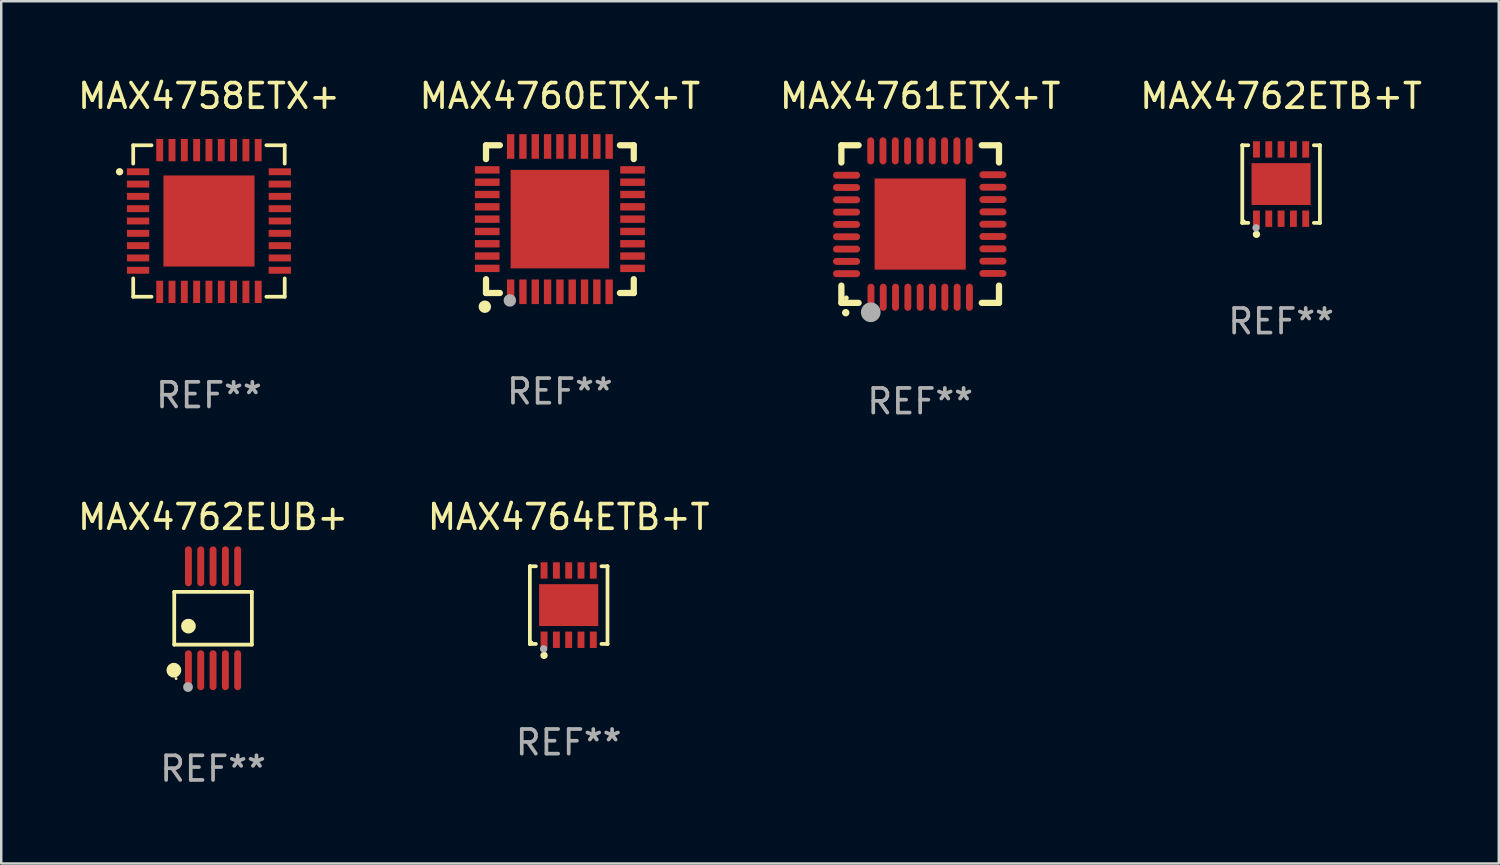
<source format=kicad_pcb>
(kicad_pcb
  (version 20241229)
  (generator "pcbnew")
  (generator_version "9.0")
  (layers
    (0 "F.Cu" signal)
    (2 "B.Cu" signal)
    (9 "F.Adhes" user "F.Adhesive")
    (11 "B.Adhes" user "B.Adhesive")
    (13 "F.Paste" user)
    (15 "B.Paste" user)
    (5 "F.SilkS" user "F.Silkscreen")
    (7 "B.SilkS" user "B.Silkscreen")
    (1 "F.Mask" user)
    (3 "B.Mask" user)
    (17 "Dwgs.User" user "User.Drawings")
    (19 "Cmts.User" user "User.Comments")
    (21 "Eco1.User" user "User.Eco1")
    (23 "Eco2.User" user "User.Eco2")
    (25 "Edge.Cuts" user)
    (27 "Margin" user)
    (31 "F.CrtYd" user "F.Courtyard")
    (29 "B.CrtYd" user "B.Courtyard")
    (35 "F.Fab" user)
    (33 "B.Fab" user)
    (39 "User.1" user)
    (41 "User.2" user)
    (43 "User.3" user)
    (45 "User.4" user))
  (footprint "MAX4762ETB+T"
    (layer "F.Cu")
    (at 48.97 4.424)
    (property "Reference" "MAX4762ETB+T" (at 0 -3.576 0) (layer "F.SilkS") (effects (font (size 1 1) (thickness 0.15))))
    (attr through_hole)
    (fp_line (start -1.576 -1.576) (end -1.576 -1.576) (stroke (width 0.152) (type solid)) (layer "F.SilkS"))
    (fp_line (start -1.576 -1.576) (end -1.331 -1.576) (stroke (width 0.152) (type solid)) (layer "F.SilkS"))
    (fp_line (start -1.576 1.576) (end -1.576 -1.576) (stroke (width 0.152) (type solid)) (layer "F.SilkS"))
    (fp_line (start -1.576 1.576) (end -1.576 1.576) (stroke (width 0.152) (type solid)) (layer "F.SilkS"))
    (fp_line (start -1.331 1.576) (end -1.576 1.576) (stroke (width 0.152) (type solid)) (layer "F.SilkS"))
    (fp_line (start 1.331 1.576) (end 1.576 1.576) (stroke (width 0.152) (type solid)) (layer "F.SilkS"))
    (fp_line (start 1.576 -1.576) (end 1.331 -1.576) (stroke (width 0.152) (type solid)) (layer "F.SilkS"))
    (fp_line (start 1.576 -1.576) (end 1.576 -1.576) (stroke (width 0.152) (type solid)) (layer "F.SilkS"))
    (fp_line (start 1.576 1.576) (end 1.576 -1.576) (stroke (width 0.152) (type solid)) (layer "F.SilkS"))
    (fp_line (start 1.576 1.576) (end 1.576 1.576) (stroke (width 0.152) (type solid)) (layer "F.SilkS"))
    (fp_circle (center -1.5 1.5) (end -1.47 1.5) (stroke (width 0.06) (type solid)) (fill no) (layer "F.SilkS"))
    (fp_circle (center -1 2.04) (end -0.925 2.04) (stroke (width 0.15) (type solid)) (fill no) (layer "F.SilkS"))
    (fp_circle (center -1.016 1.778) (end -0.941 1.778) (stroke (width 0.15) (type solid)) (fill no) (layer "F.Fab"))
    (fp_text user "REF**" (at 0 5.576 0) (layer "F.Fab") (effects (font (size 1 1) (thickness 0.15))))
    (pad "1" smd rect (at -1 1.407) (size 0.28 0.665) (layers "F.Cu" "F.Mask" "F.Paste"))
    (pad "2" smd rect (at -0.5 1.407) (size 0.28 0.665) (layers "F.Cu" "F.Mask" "F.Paste"))
    (pad "3" smd rect (at 0 1.407) (size 0.28 0.665) (layers "F.Cu" "F.Mask" "F.Paste"))
    (pad "4" smd rect (at 0.5 1.407) (size 0.28 0.665) (layers "F.Cu" "F.Mask" "F.Paste"))
    (pad "5" smd rect (at 1 1.407) (size 0.28 0.665) (layers "F.Cu" "F.Mask" "F.Paste"))
    (pad "6" smd rect (at 1 -1.407) (size 0.28 0.665) (layers "F.Cu" "F.Mask" "F.Paste"))
    (pad "7" smd rect (at 0.5 -1.407) (size 0.28 0.665) (layers "F.Cu" "F.Mask" "F.Paste"))
    (pad "8" smd rect (at 0 -1.407) (size 0.28 0.665) (layers "F.Cu" "F.Mask" "F.Paste"))
    (pad "9" smd rect (at -0.5 -1.407) (size 0.28 0.665) (layers "F.Cu" "F.Mask" "F.Paste"))
    (pad "10" smd rect (at -1 -1.407) (size 0.28 0.665) (layers "F.Cu" "F.Mask" "F.Paste"))
    (pad "11" smd rect (at 0 0) (size 2.4 1.7) (layers "F.Cu" "F.Mask" "F.Paste")))
  (footprint "MAX4764ETB+T"
    (layer "F.Cu")
    (at 20.042 21.521)
    (property "Reference" "MAX4764ETB+T" (at 0 -3.576 0) (layer "F.SilkS") (effects (font (size 1 1) (thickness 0.15))))
    (attr through_hole)
    (fp_line (start -1.576 -1.576) (end -1.576 -1.576) (stroke (width 0.152) (type solid)) (layer "F.SilkS"))
    (fp_line (start -1.576 -1.576) (end -1.331 -1.576) (stroke (width 0.152) (type solid)) (layer "F.SilkS"))
    (fp_line (start -1.576 1.576) (end -1.576 -1.576) (stroke (width 0.152) (type solid)) (layer "F.SilkS"))
    (fp_line (start -1.576 1.576) (end -1.576 1.576) (stroke (width 0.152) (type solid)) (layer "F.SilkS"))
    (fp_line (start -1.331 1.576) (end -1.576 1.576) (stroke (width 0.152) (type solid)) (layer "F.SilkS"))
    (fp_line (start 1.331 1.576) (end 1.576 1.576) (stroke (width 0.152) (type solid)) (layer "F.SilkS"))
    (fp_line (start 1.576 -1.576) (end 1.331 -1.576) (stroke (width 0.152) (type solid)) (layer "F.SilkS"))
    (fp_line (start 1.576 -1.576) (end 1.576 -1.576) (stroke (width 0.152) (type solid)) (layer "F.SilkS"))
    (fp_line (start 1.576 1.576) (end 1.576 -1.576) (stroke (width 0.152) (type solid)) (layer "F.SilkS"))
    (fp_line (start 1.576 1.576) (end 1.576 1.576) (stroke (width 0.152) (type solid)) (layer "F.SilkS"))
    (fp_circle (center -1.5 1.5) (end -1.47 1.5) (stroke (width 0.06) (type solid)) (fill no) (layer "F.SilkS"))
    (fp_circle (center -1 2.04) (end -0.925 2.04) (stroke (width 0.15) (type solid)) (fill no) (layer "F.SilkS"))
    (fp_circle (center -1.016 1.778) (end -0.941 1.778) (stroke (width 0.15) (type solid)) (fill no) (layer "F.Fab"))
    (fp_text user "REF**" (at 0 5.576 0) (layer "F.Fab") (effects (font (size 1 1) (thickness 0.15))))
    (pad "1" smd rect (at -1 1.407) (size 0.28 0.665) (layers "F.Cu" "F.Mask" "F.Paste"))
    (pad "2" smd rect (at -0.5 1.407) (size 0.28 0.665) (layers "F.Cu" "F.Mask" "F.Paste"))
    (pad "3" smd rect (at 0 1.407) (size 0.28 0.665) (layers "F.Cu" "F.Mask" "F.Paste"))
    (pad "4" smd rect (at 0.5 1.407) (size 0.28 0.665) (layers "F.Cu" "F.Mask" "F.Paste"))
    (pad "5" smd rect (at 1 1.407) (size 0.28 0.665) (layers "F.Cu" "F.Mask" "F.Paste"))
    (pad "6" smd rect (at 1 -1.407) (size 0.28 0.665) (layers "F.Cu" "F.Mask" "F.Paste"))
    (pad "7" smd rect (at 0.5 -1.407) (size 0.28 0.665) (layers "F.Cu" "F.Mask" "F.Paste"))
    (pad "8" smd rect (at 0 -1.407) (size 0.28 0.665) (layers "F.Cu" "F.Mask" "F.Paste"))
    (pad "9" smd rect (at -0.5 -1.407) (size 0.28 0.665) (layers "F.Cu" "F.Mask" "F.Paste"))
    (pad "10" smd rect (at -1 -1.407) (size 0.28 0.665) (layers "F.Cu" "F.Mask" "F.Paste"))
    (pad "11" smd rect (at 0 0) (size 2.4 1.7) (layers "F.Cu" "F.Mask" "F.Paste")))
  (footprint "MAX4758ETX+"
    (layer "F.Cu")
    (at 5.435 5.924)
    (property "Reference" "MAX4758ETX+" (at 0 -5.076 0) (layer "F.SilkS") (effects (font (size 1 1) (thickness 0.15))))
    (attr through_hole)
    (fp_line (start -3.076 -3.076) (end -3.076 -2.331) (stroke (width 0.152) (type solid)) (layer "F.SilkS"))
    (fp_line (start -3.076 3.076) (end -3.076 2.331) (stroke (width 0.152) (type solid)) (layer "F.SilkS"))
    (fp_line (start -2.331 -3.076) (end -3.076 -3.076) (stroke (width 0.152) (type solid)) (layer "F.SilkS"))
    (fp_line (start -2.331 3.076) (end -3.076 3.076) (stroke (width 0.152) (type solid)) (layer "F.SilkS"))
    (fp_line (start 2.331 -3.076) (end 3.076 -3.076) (stroke (width 0.152) (type solid)) (layer "F.SilkS"))
    (fp_line (start 2.331 3.076) (end 3.076 3.076) (stroke (width 0.152) (type solid)) (layer "F.SilkS"))
    (fp_line (start 3.076 -3.076) (end 3.076 -2.331) (stroke (width 0.152) (type solid)) (layer "F.SilkS"))
    (fp_line (start 3.076 3.076) (end 3.076 2.331) (stroke (width 0.152) (type solid)) (layer "F.SilkS"))
    (fp_circle (center -3.63 -2) (end -3.555 -2) (stroke (width 0.15) (type solid)) (fill no) (layer "F.SilkS"))
    (fp_text user "REF**" (at 0 7.076 0) (layer "F.Fab") (effects (font (size 1 1) (thickness 0.15))))
    (pad "1" smd rect (at -2.878 -2) (size 0.905 0.28) (layers "F.Cu" "F.Mask" "F.Paste"))
    (pad "2" smd rect (at -2.878 -1.5) (size 0.905 0.28) (layers "F.Cu" "F.Mask" "F.Paste"))
    (pad "3" smd rect (at -2.878 -1) (size 0.905 0.28) (layers "F.Cu" "F.Mask" "F.Paste"))
    (pad "4" smd rect (at -2.878 -0.5) (size 0.905 0.28) (layers "F.Cu" "F.Mask" "F.Paste"))
    (pad "5" smd rect (at -2.878 0) (size 0.905 0.28) (layers "F.Cu" "F.Mask" "F.Paste"))
    (pad "6" smd rect (at -2.878 0.5) (size 0.905 0.28) (layers "F.Cu" "F.Mask" "F.Paste"))
    (pad "7" smd rect (at -2.878 1) (size 0.905 0.28) (layers "F.Cu" "F.Mask" "F.Paste"))
    (pad "8" smd rect (at -2.878 1.5) (size 0.905 0.28) (layers "F.Cu" "F.Mask" "F.Paste"))
    (pad "9" smd rect (at -2.878 2) (size 0.905 0.28) (layers "F.Cu" "F.Mask" "F.Paste"))
    (pad "10" smd rect (at -2 2.878) (size 0.28 0.905) (layers "F.Cu" "F.Mask" "F.Paste"))
    (pad "11" smd rect (at -1.5 2.878) (size 0.28 0.905) (layers "F.Cu" "F.Mask" "F.Paste"))
    (pad "12" smd rect (at -1 2.878) (size 0.28 0.905) (layers "F.Cu" "F.Mask" "F.Paste"))
    (pad "13" smd rect (at -0.5 2.878) (size 0.28 0.905) (layers "F.Cu" "F.Mask" "F.Paste"))
    (pad "14" smd rect (at 0 2.878) (size 0.28 0.905) (layers "F.Cu" "F.Mask" "F.Paste"))
    (pad "15" smd rect (at 0.5 2.878) (size 0.28 0.905) (layers "F.Cu" "F.Mask" "F.Paste"))
    (pad "16" smd rect (at 1 2.878) (size 0.28 0.905) (layers "F.Cu" "F.Mask" "F.Paste"))
    (pad "17" smd rect (at 1.5 2.878) (size 0.28 0.905) (layers "F.Cu" "F.Mask" "F.Paste"))
    (pad "18" smd rect (at 2 2.878) (size 0.28 0.905) (layers "F.Cu" "F.Mask" "F.Paste"))
    (pad "19" smd rect (at 2.878 2) (size 0.905 0.28) (layers "F.Cu" "F.Mask" "F.Paste"))
    (pad "20" smd rect (at 2.878 1.5) (size 0.905 0.28) (layers "F.Cu" "F.Mask" "F.Paste"))
    (pad "21" smd rect (at 2.878 1) (size 0.905 0.28) (layers "F.Cu" "F.Mask" "F.Paste"))
    (pad "22" smd rect (at 2.878 0.5) (size 0.905 0.28) (layers "F.Cu" "F.Mask" "F.Paste"))
    (pad "23" smd rect (at 2.878 0) (size 0.905 0.28) (layers "F.Cu" "F.Mask" "F.Paste"))
    (pad "24" smd rect (at 2.878 -0.5) (size 0.905 0.28) (layers "F.Cu" "F.Mask" "F.Paste"))
    (pad "25" smd rect (at 2.878 -1) (size 0.905 0.28) (layers "F.Cu" "F.Mask" "F.Paste"))
    (pad "26" smd rect (at 2.878 -1.5) (size 0.905 0.28) (layers "F.Cu" "F.Mask" "F.Paste"))
    (pad "27" smd rect (at 2.878 -2) (size 0.905 0.28) (layers "F.Cu" "F.Mask" "F.Paste"))
    (pad "28" smd rect (at 2 -2.878) (size 0.28 0.905) (layers "F.Cu" "F.Mask" "F.Paste"))
    (pad "29" smd rect (at 1.5 -2.878) (size 0.28 0.905) (layers "F.Cu" "F.Mask" "F.Paste"))
    (pad "30" smd rect (at 1 -2.878) (size 0.28 0.905) (layers "F.Cu" "F.Mask" "F.Paste"))
    (pad "31" smd rect (at 0.5 -2.878) (size 0.28 0.905) (layers "F.Cu" "F.Mask" "F.Paste"))
    (pad "32" smd rect (at 0 -2.878) (size 0.28 0.905) (layers "F.Cu" "F.Mask" "F.Paste"))
    (pad "33" smd rect (at -0.5 -2.878) (size 0.28 0.905) (layers "F.Cu" "F.Mask" "F.Paste"))
    (pad "34" smd rect (at -1 -2.878) (size 0.28 0.905) (layers "F.Cu" "F.Mask" "F.Paste"))
    (pad "35" smd rect (at -1.5 -2.878) (size 0.28 0.905) (layers "F.Cu" "F.Mask" "F.Paste"))
    (pad "36" smd rect (at -2 -2.878) (size 0.28 0.905) (layers "F.Cu" "F.Mask" "F.Paste"))
    (pad "37" smd rect (at 0 0) (size 3.7 3.7) (layers "F.Cu" "F.Mask" "F.Paste")))
  (footprint "MAX4761ETX+T"
    (layer "F.Cu")
    (at 34.315 6.048)
    (property "Reference" "MAX4761ETX+T" (at 0 -5.2 0) (layer "F.SilkS") (effects (font (size 1 1) (thickness 0.15))))
    (attr through_hole)
    (fp_line (start -3.2 -3.2) (end -2.5 -3.2) (stroke (width 0.254) (type solid)) (layer "F.SilkS"))
    (fp_line (start -3.2 -2.5) (end -3.2 -3.2) (stroke (width 0.254) (type solid)) (layer "F.SilkS"))
    (fp_line (start -3.2 3.2) (end -3.2 2.5) (stroke (width 0.254) (type solid)) (layer "F.SilkS"))
    (fp_line (start -2.5 3.2) (end -3.2 3.2) (stroke (width 0.254) (type solid)) (layer "F.SilkS"))
    (fp_line (start 3.2 -3.2) (end 2.5 -3.2) (stroke (width 0.254) (type solid)) (layer "F.SilkS"))
    (fp_line (start 3.2 -2.5) (end 3.2 -3.2) (stroke (width 0.254) (type solid)) (layer "F.SilkS"))
    (fp_line (start 3.2 2.5) (end 3.2 3.2) (stroke (width 0.254) (type solid)) (layer "F.SilkS"))
    (fp_line (start 3.2 3.2) (end 2.5 3.2) (stroke (width 0.254) (type solid)) (layer "F.SilkS"))
    (fp_arc (start -3.025146 3.599187) (mid -3.023876 3.599182) (end -3.022606 3.599187) (stroke (width 0.3) (type solid)) (layer "F.SilkS"))
    (fp_circle (center -3 3) (end -2.95 3) (stroke (width 0.1) (type solid)) (fill no) (layer "F.SilkS"))
    (fp_circle (center -2.007 3.582) (end -1.807 3.582) (stroke (width 0.4) (type solid)) (fill no) (layer "F.Fab"))
    (fp_text user "REF**" (at 0 7.2 0) (layer "F.Fab") (effects (font (size 1 1) (thickness 0.15))))
    (pad "1" smd oval (at -1.999 2.972) (size 0.28 1.1) (layers "F.Cu" "F.Mask" "F.Paste"))
    (pad "2" smd oval (at -1.501 2.972) (size 0.28 1.1) (layers "F.Cu" "F.Mask" "F.Paste"))
    (pad "3" smd oval (at -1.001 2.972) (size 0.28 1.1) (layers "F.Cu" "F.Mask" "F.Paste"))
    (pad "4" smd oval (at -0.501 2.972) (size 0.28 1.1) (layers "F.Cu" "F.Mask" "F.Paste"))
    (pad "5" smd oval (at 0.000102 2.972) (size 0.28 1.1) (layers "F.Cu" "F.Mask" "F.Paste"))
    (pad "6" smd oval (at 0.5 2.972) (size 0.28 1.1) (layers "F.Cu" "F.Mask" "F.Paste"))
    (pad "7" smd oval (at 1.001 2.972) (size 0.28 1.1) (layers "F.Cu" "F.Mask" "F.Paste"))
    (pad "8" smd oval (at 1.501 2.972) (size 0.28 1.1) (layers "F.Cu" "F.Mask" "F.Paste"))
    (pad "9" smd oval (at 1.999 2.972) (size 0.28 1.1) (layers "F.Cu" "F.Mask" "F.Paste"))
    (pad "10" smd oval (at 2.954 2.005) (size 1.1 0.28) (layers "F.Cu" "F.Mask" "F.Paste"))
    (pad "11" smd oval (at 2.954 1.507) (size 1.1 0.28) (layers "F.Cu" "F.Mask" "F.Paste"))
    (pad "12" smd oval (at 2.954 1.006) (size 1.1 0.28) (layers "F.Cu" "F.Mask" "F.Paste"))
    (pad "13" smd oval (at 2.954 0.506) (size 1.1 0.28) (layers "F.Cu" "F.Mask" "F.Paste"))
    (pad "14" smd oval (at 2.954 0.006) (size 1.1 0.28) (layers "F.Cu" "F.Mask" "F.Paste"))
    (pad "15" smd oval (at 2.954 -0.495) (size 1.1 0.28) (layers "F.Cu" "F.Mask" "F.Paste"))
    (pad "16" smd oval (at 2.954 -0.995) (size 1.1 0.28) (layers "F.Cu" "F.Mask" "F.Paste"))
    (pad "17" smd oval (at 2.954 -1.495) (size 1.1 0.28) (layers "F.Cu" "F.Mask" "F.Paste"))
    (pad "18" smd oval (at 2.954 -2.003) (size 1.1 0.28) (layers "F.Cu" "F.Mask" "F.Paste"))
    (pad "19" smd oval (at 1.989 -2.972) (size 0.28 1.1) (layers "F.Cu" "F.Mask" "F.Paste"))
    (pad "20" smd oval (at 1.491 -2.972) (size 0.28 1.1) (layers "F.Cu" "F.Mask" "F.Paste"))
    (pad "21" smd oval (at 0.99 -2.972) (size 0.28 1.1) (layers "F.Cu" "F.Mask" "F.Paste"))
    (pad "22" smd oval (at 0.49 -2.972) (size 0.28 1.1) (layers "F.Cu" "F.Mask" "F.Paste"))
    (pad "23" smd oval (at -0.01 -2.972) (size 0.28 1.1) (layers "F.Cu" "F.Mask" "F.Paste"))
    (pad "24" smd oval (at -0.511 -2.972) (size 0.28 1.1) (layers "F.Cu" "F.Mask" "F.Paste"))
    (pad "25" smd oval (at -1.011 -2.972) (size 0.28 1.1) (layers "F.Cu" "F.Mask" "F.Paste"))
    (pad "26" smd oval (at -1.511 -2.972) (size 0.28 1.1) (layers "F.Cu" "F.Mask" "F.Paste"))
    (pad "27" smd oval (at -2.009 -2.972) (size 0.28 1.1) (layers "F.Cu" "F.Mask" "F.Paste"))
    (pad "28" smd oval (at -2.99 -1.983) (size 1.1 0.28) (layers "F.Cu" "F.Mask" "F.Paste"))
    (pad "29" smd oval (at -2.99 -1.485) (size 1.1 0.28) (layers "F.Cu" "F.Mask" "F.Paste"))
    (pad "30" smd oval (at -2.99 -0.985) (size 1.1 0.28) (layers "F.Cu" "F.Mask" "F.Paste"))
    (pad "31" smd oval (at -2.99 -0.485) (size 1.1 0.28) (layers "F.Cu" "F.Mask" "F.Paste"))
    (pad "32" smd oval (at -2.99 0.016) (size 1.1 0.28) (layers "F.Cu" "F.Mask" "F.Paste"))
    (pad "33" smd oval (at -2.99 0.516) (size 1.1 0.28) (layers "F.Cu" "F.Mask" "F.Paste"))
    (pad "34" smd oval (at -2.99 1.017) (size 1.1 0.28) (layers "F.Cu" "F.Mask" "F.Paste"))
    (pad "35" smd oval (at -2.99 1.517) (size 1.1 0.28) (layers "F.Cu" "F.Mask" "F.Paste"))
    (pad "36" smd oval (at -2.99 2.015) (size 1.1 0.28) (layers "F.Cu" "F.Mask" "F.Paste"))
    (pad "37" smd rect (at 0.000102 0.000102) (size 3.7 3.7) (layers "F.Cu" "F.Mask" "F.Paste")))
  (footprint "MAX4762EUB+"
    (layer "F.Cu")
    (at 5.601 22.055)
    (property "Reference" "MAX4762EUB+" (at 0 -4.11 0) (layer "F.SilkS") (effects (font (size 1 1) (thickness 0.15))))
    (attr through_hole)
    (fp_line (start -1.576 -1.071) (end 1.576 -1.071) (stroke (width 0.152) (type solid)) (layer "F.SilkS"))
    (fp_line (start -1.576 1.071) (end -1.576 -1.071) (stroke (width 0.152) (type solid)) (layer "F.SilkS"))
    (fp_line (start 1.576 -1.071) (end 1.576 1.071) (stroke (width 0.152) (type solid)) (layer "F.SilkS"))
    (fp_line (start 1.576 1.071) (end -1.576 1.071) (stroke (width 0.152) (type solid)) (layer "F.SilkS"))
    (fp_circle (center -1.592 2.11) (end -1.442 2.11) (stroke (width 0.3) (type solid)) (fill no) (layer "F.SilkS"))
    (fp_circle (center -1.5 2.45) (end -1.47 2.45) (stroke (width 0.06) (type solid)) (fill no) (layer "F.SilkS"))
    (fp_circle (center -1 0.319) (end -0.85 0.319) (stroke (width 0.3) (type solid)) (fill no) (layer "F.SilkS"))
    (fp_circle (center -1.016 2.794) (end -0.916 2.794) (stroke (width 0.2) (type solid)) (fill no) (layer "F.Fab"))
    (fp_text user "REF**" (at 0 6.11 0) (layer "F.Fab") (effects (font (size 1 1) (thickness 0.15))))
    (pad "1" smd oval (at -1 2.11) (size 0.28 1.62) (layers "F.Cu" "F.Mask" "F.Paste"))
    (pad "2" smd oval (at -0.5 2.11) (size 0.28 1.62) (layers "F.Cu" "F.Mask" "F.Paste"))
    (pad "3" smd oval (at 0 2.11) (size 0.28 1.62) (layers "F.Cu" "F.Mask" "F.Paste"))
    (pad "4" smd oval (at 0.5 2.11) (size 0.28 1.62) (layers "F.Cu" "F.Mask" "F.Paste"))
    (pad "5" smd oval (at 1 2.11) (size 0.28 1.62) (layers "F.Cu" "F.Mask" "F.Paste"))
    (pad "6" smd oval (at 1 -2.11) (size 0.28 1.62) (layers "F.Cu" "F.Mask" "F.Paste"))
    (pad "7" smd oval (at 0.5 -2.11) (size 0.28 1.62) (layers "F.Cu" "F.Mask" "F.Paste"))
    (pad "8" smd oval (at 0 -2.11) (size 0.28 1.62) (layers "F.Cu" "F.Mask" "F.Paste"))
    (pad "9" smd oval (at -0.5 -2.11) (size 0.28 1.62) (layers "F.Cu" "F.Mask" "F.Paste"))
    (pad "10" smd oval (at -1 -2.11) (size 0.28 1.62) (layers "F.Cu" "F.Mask" "F.Paste")))
  (footprint "MAX4760ETX+T"
    (layer "F.Cu")
    (at 19.685 5.848)
    (property "Reference" "MAX4760ETX+T" (at 0 -5 0) (layer "F.SilkS") (effects (font (size 1 1) (thickness 0.15))))
    (attr through_hole)
    (fp_line (start -3 -3) (end -2.438 -3) (stroke (width 0.254) (type solid)) (layer "F.SilkS"))
    (fp_line (start -3 -2.438) (end -3 -3) (stroke (width 0.254) (type solid)) (layer "F.SilkS"))
    (fp_line (start -3 3) (end -3 2.438) (stroke (width 0.254) (type solid)) (layer "F.SilkS"))
    (fp_line (start -3 3) (end -2.438 3) (stroke (width 0.254) (type solid)) (layer "F.SilkS"))
    (fp_line (start 2.438 -3) (end 3 -3) (stroke (width 0.254) (type solid)) (layer "F.SilkS"))
    (fp_line (start 2.438 3) (end 3 3) (stroke (width 0.254) (type solid)) (layer "F.SilkS"))
    (fp_line (start 3 -3) (end 3 -2.438) (stroke (width 0.254) (type solid)) (layer "F.SilkS"))
    (fp_line (start 3 2.438) (end 3 3) (stroke (width 0.254) (type solid)) (layer "F.SilkS"))
    (fp_circle (center -3.048 3.556) (end -2.921 3.556) (stroke (width 0.254) (type solid)) (fill no) (layer "F.SilkS"))
    (fp_circle (center -3 3) (end -2.97 3) (stroke (width 0.06) (type solid)) (fill no) (layer "F.SilkS"))
    (fp_circle (center -2.032 3.302) (end -1.905 3.302) (stroke (width 0.254) (type solid)) (fill no) (layer "F.Fab"))
    (fp_text user "REF**" (at 0 7 0) (layer "F.Fab") (effects (font (size 1 1) (thickness 0.15))))
    (pad "1" smd rect (at -2 2.95 180) (size 0.3 1) (layers "F.Cu" "F.Mask" "F.Paste"))
    (pad "2" smd rect (at -1.5 2.95 180) (size 0.3 1) (layers "F.Cu" "F.Mask" "F.Paste"))
    (pad "3" smd rect (at -1 2.95 180) (size 0.3 1) (layers "F.Cu" "F.Mask" "F.Paste"))
    (pad "4" smd rect (at -0.5 2.95 180) (size 0.3 1) (layers "F.Cu" "F.Mask" "F.Paste"))
    (pad "5" smd rect (at 0 2.95 180) (size 0.3 1) (layers "F.Cu" "F.Mask" "F.Paste"))
    (pad "6" smd rect (at 0.5 2.95 180) (size 0.3 1) (layers "F.Cu" "F.Mask" "F.Paste"))
    (pad "7" smd rect (at 1 2.95 180) (size 0.3 1) (layers "F.Cu" "F.Mask" "F.Paste"))
    (pad "8" smd rect (at 1.5 2.95 180) (size 0.3 1) (layers "F.Cu" "F.Mask" "F.Paste"))
    (pad "9" smd rect (at 2 2.95 180) (size 0.3 1) (layers "F.Cu" "F.Mask" "F.Paste"))
    (pad "10" smd rect (at 2.95 2 270) (size 0.3 1) (layers "F.Cu" "F.Mask" "F.Paste"))
    (pad "11" smd rect (at 2.95 1.5 270) (size 0.3 1) (layers "F.Cu" "F.Mask" "F.Paste"))
    (pad "12" smd rect (at 2.95 1 270) (size 0.3 1) (layers "F.Cu" "F.Mask" "F.Paste"))
    (pad "13" smd rect (at 2.95 0.5 270) (size 0.3 1) (layers "F.Cu" "F.Mask" "F.Paste"))
    (pad "14" smd rect (at 2.95 0.000025 270) (size 0.3 1) (layers "F.Cu" "F.Mask" "F.Paste"))
    (pad "15" smd rect (at 2.95 -0.5 270) (size 0.3 1) (layers "F.Cu" "F.Mask" "F.Paste"))
    (pad "16" smd rect (at 2.95 -1 270) (size 0.3 1) (layers "F.Cu" "F.Mask" "F.Paste"))
    (pad "17" smd rect (at 2.95 -1.5 270) (size 0.3 1) (layers "F.Cu" "F.Mask" "F.Paste"))
    (pad "18" smd rect (at 2.95 -2 270) (size 0.3 1) (layers "F.Cu" "F.Mask" "F.Paste"))
    (pad "19" smd rect (at 2 -2.95) (size 0.3 1) (layers "F.Cu" "F.Mask" "F.Paste"))
    (pad "20" smd rect (at 1.5 -2.95) (size 0.3 1) (layers "F.Cu" "F.Mask" "F.Paste"))
    (pad "21" smd rect (at 1 -2.95) (size 0.3 1) (layers "F.Cu" "F.Mask" "F.Paste"))
    (pad "22" smd rect (at 0.5 -2.95) (size 0.3 1) (layers "F.Cu" "F.Mask" "F.Paste"))
    (pad "23" smd rect (at 0 -2.95) (size 0.3 1) (layers "F.Cu" "F.Mask" "F.Paste"))
    (pad "24" smd rect (at -0.5 -2.95) (size 0.3 1) (layers "F.Cu" "F.Mask" "F.Paste"))
    (pad "25" smd rect (at -1 -2.95) (size 0.3 1) (layers "F.Cu" "F.Mask" "F.Paste"))
    (pad "26" smd rect (at -1.5 -2.95) (size 0.3 1) (layers "F.Cu" "F.Mask" "F.Paste"))
    (pad "27" smd rect (at -2 -2.95) (size 0.3 1) (layers "F.Cu" "F.Mask" "F.Paste"))
    (pad "28" smd rect (at -2.95 -2 90) (size 0.3 1) (layers "F.Cu" "F.Mask" "F.Paste"))
    (pad "29" smd rect (at -2.95 -1.5 90) (size 0.3 1) (layers "F.Cu" "F.Mask" "F.Paste"))
    (pad "30" smd rect (at -2.95 -1 90) (size 0.3 1) (layers "F.Cu" "F.Mask" "F.Paste"))
    (pad "31" smd rect (at -2.95 -0.5 90) (size 0.3 1) (layers "F.Cu" "F.Mask" "F.Paste"))
    (pad "32" smd rect (at -2.95 -0.000025 90) (size 0.3 1) (layers "F.Cu" "F.Mask" "F.Paste"))
    (pad "33" smd rect (at -2.95 0.5 90) (size 0.3 1) (layers "F.Cu" "F.Mask" "F.Paste"))
    (pad "34" smd rect (at -2.95 1 90) (size 0.3 1) (layers "F.Cu" "F.Mask" "F.Paste"))
    (pad "35" smd rect (at -2.95 1.5 90) (size 0.3 1) (layers "F.Cu" "F.Mask" "F.Paste"))
    (pad "36" smd rect (at -2.95 2 90) (size 0.3 1) (layers "F.Cu" "F.Mask" "F.Paste"))
    (pad "37" smd rect (at 0 -0.000051 90) (size 4 4) (layers "F.Cu" "F.Mask" "F.Paste")))
  (gr_rect
    (start -3 -3)
    (end 57.81 32.013)
    (stroke (width 0.1) (type default))
    (fill no)
    (layer "Edge.Cuts")))
</source>
